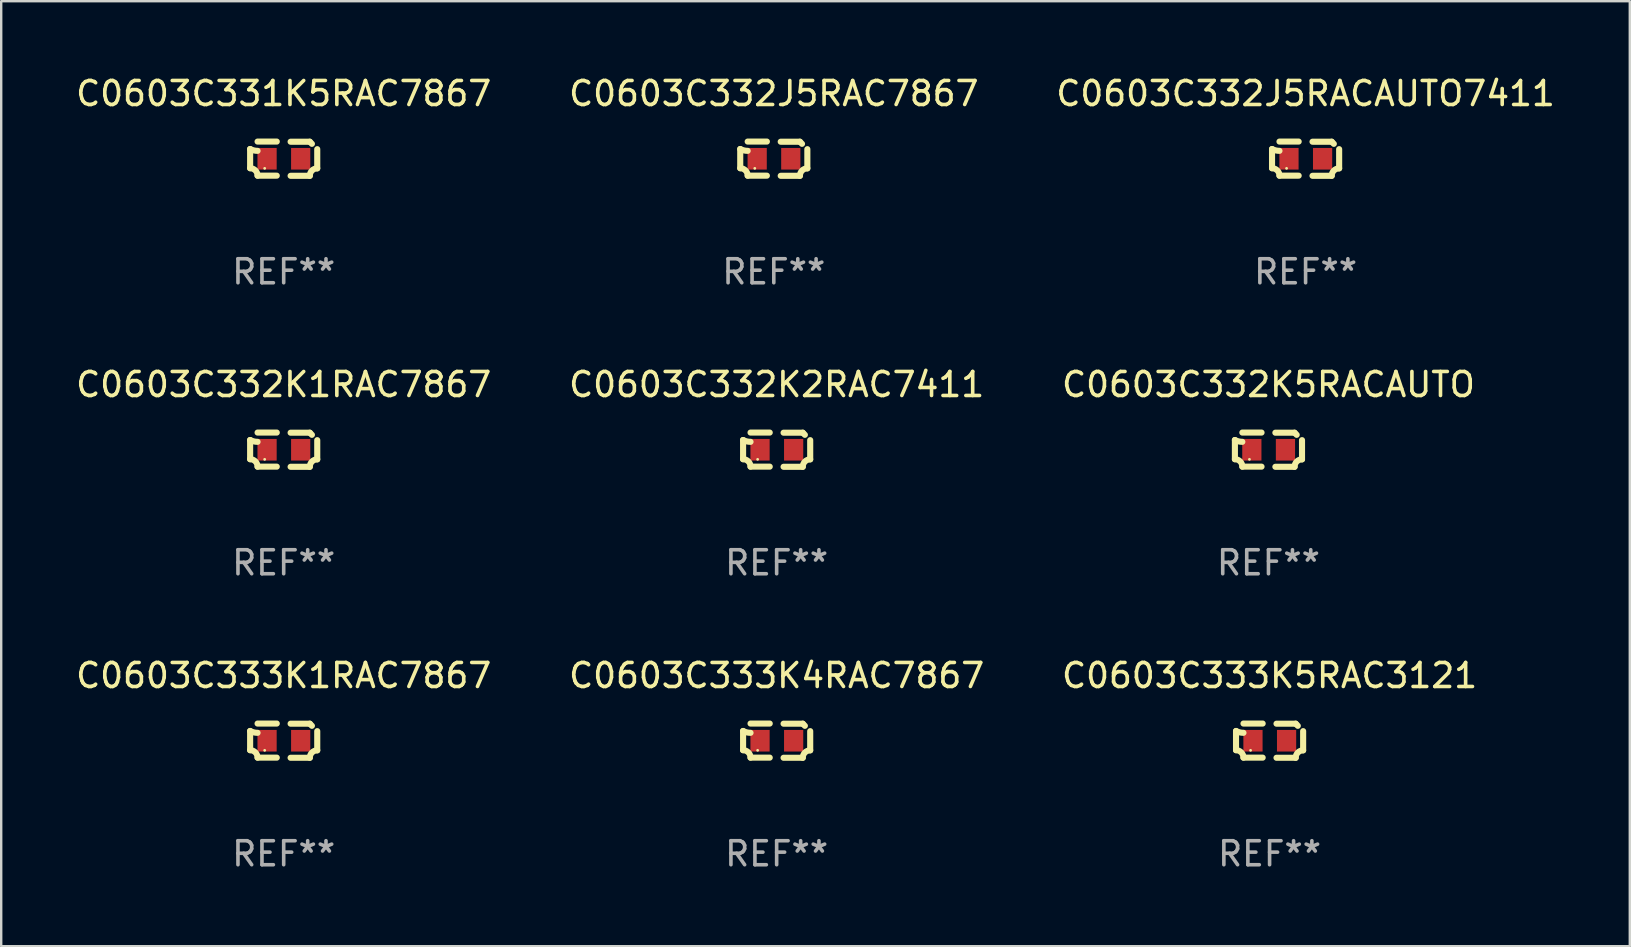
<source format=kicad_pcb>
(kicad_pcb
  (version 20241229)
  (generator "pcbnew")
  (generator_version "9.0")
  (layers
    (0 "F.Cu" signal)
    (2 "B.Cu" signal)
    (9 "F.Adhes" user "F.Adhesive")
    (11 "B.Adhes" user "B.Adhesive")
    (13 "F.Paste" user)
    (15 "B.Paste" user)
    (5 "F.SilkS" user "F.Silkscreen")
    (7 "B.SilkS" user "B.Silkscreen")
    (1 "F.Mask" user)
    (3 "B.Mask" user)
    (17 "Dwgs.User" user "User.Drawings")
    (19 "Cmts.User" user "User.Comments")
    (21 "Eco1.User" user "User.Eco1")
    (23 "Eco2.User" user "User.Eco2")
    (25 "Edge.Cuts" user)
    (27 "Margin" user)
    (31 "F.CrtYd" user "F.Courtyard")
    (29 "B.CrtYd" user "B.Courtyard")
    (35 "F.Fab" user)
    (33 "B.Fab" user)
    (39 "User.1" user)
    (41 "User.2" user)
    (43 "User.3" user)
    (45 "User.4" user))
  (footprint "C0603C332J5RACAUTO7411"
    (layer "F.Cu")
    (at 51.339 3.561)
    (property "Reference" "C0603C332J5RACAUTO7411" (at 0 -2.713 0) (layer "F.SilkS") (effects (font (size 1 1) (thickness 0.15))))
    (attr through_hole)
    (fp_line (start -1.398 -0.403) (end -1.398 0.397) (stroke (width 0.254) (type solid)) (layer "F.SilkS"))
    (fp_line (start -0.288 -0.713) (end -1.088 -0.713) (stroke (width 0.254) (type solid)) (layer "F.SilkS"))
    (fp_line (start -0.288 0.707) (end -1.088 0.707) (stroke (width 0.254) (type solid)) (layer "F.SilkS"))
    (fp_line (start 0.288 -0.707) (end 1.088 -0.707) (stroke (width 0.254) (type solid)) (layer "F.SilkS"))
    (fp_line (start 0.288 0.713) (end 1.088 0.713) (stroke (width 0.254) (type solid)) (layer "F.SilkS"))
    (fp_line (start 1.398 -0.397) (end 1.398 0.403) (stroke (width 0.254) (type solid)) (layer "F.SilkS"))
    (fp_arc (start -1.397789 0.397066) (mid -1.178701 0.487826) (end -1.08796 0.706922) (stroke (width 0.254001) (type solid)) (layer "F.SilkS"))
    (fp_arc (start -1.08796 -0.327176) (mid -1.247436 -0.346384) (end -1.39779 -0.402908) (stroke (width 0.254001) (type solid)) (layer "F.SilkS"))
    (fp_arc (start 1.087909 0.712738) (mid 1.178656 0.493655) (end 1.397739 0.402908) (stroke (width 0.254001) (type solid)) (layer "F.SilkS"))
    (fp_arc (start 1.175925 -0.618926) (mid 1.131917 -0.662923) (end 1.08791 -0.706922) (stroke (width 0.254001) (type solid)) (layer "F.SilkS"))
    (fp_circle (center -0.792 0.403) (end -0.762 0.403) (stroke (width 0.06) (type solid)) (fill no) (layer "F.SilkS"))
    (fp_text user "REF**" (at 0 4.713 0) (layer "F.Fab") (effects (font (size 1 1) (thickness 0.15))))
    (pad "1" smd rect (at -0.692 0.003) (size 0.8 0.9) (layers "F.Cu" "F.Mask" "F.Paste"))
    (pad "2" smd rect (at 0.708 0.003) (size 0.8 0.9) (layers "F.Cu" "F.Mask" "F.Paste")))
  (footprint "C0603C333K5RAC3121"
    (layer "F.Cu")
    (at 49.839 27.805)
    (property "Reference" "C0603C333K5RAC3121" (at 0 -2.713 0) (layer "F.SilkS") (effects (font (size 1 1) (thickness 0.15))))
    (attr through_hole)
    (fp_line (start -1.398 -0.403) (end -1.398 0.397) (stroke (width 0.254) (type solid)) (layer "F.SilkS"))
    (fp_line (start -0.288 -0.713) (end -1.088 -0.713) (stroke (width 0.254) (type solid)) (layer "F.SilkS"))
    (fp_line (start -0.288 0.707) (end -1.088 0.707) (stroke (width 0.254) (type solid)) (layer "F.SilkS"))
    (fp_line (start 0.288 -0.707) (end 1.088 -0.707) (stroke (width 0.254) (type solid)) (layer "F.SilkS"))
    (fp_line (start 0.288 0.713) (end 1.088 0.713) (stroke (width 0.254) (type solid)) (layer "F.SilkS"))
    (fp_line (start 1.398 -0.397) (end 1.398 0.403) (stroke (width 0.254) (type solid)) (layer "F.SilkS"))
    (fp_arc (start -1.397789 0.397066) (mid -1.178701 0.487826) (end -1.08796 0.706922) (stroke (width 0.254001) (type solid)) (layer "F.SilkS"))
    (fp_arc (start -1.08796 -0.327176) (mid -1.247436 -0.346384) (end -1.39779 -0.402908) (stroke (width 0.254001) (type solid)) (layer "F.SilkS"))
    (fp_arc (start 1.087909 0.712738) (mid 1.178656 0.493655) (end 1.397739 0.402908) (stroke (width 0.254001) (type solid)) (layer "F.SilkS"))
    (fp_arc (start 1.175925 -0.618926) (mid 1.131917 -0.662923) (end 1.08791 -0.706922) (stroke (width 0.254001) (type solid)) (layer "F.SilkS"))
    (fp_circle (center -0.792 0.403) (end -0.762 0.403) (stroke (width 0.06) (type solid)) (fill no) (layer "F.SilkS"))
    (fp_text user "REF**" (at 0 4.713 0) (layer "F.Fab") (effects (font (size 1 1) (thickness 0.15))))
    (pad "1" smd rect (at -0.692 0.003) (size 0.8 0.9) (layers "F.Cu" "F.Mask" "F.Paste"))
    (pad "2" smd rect (at 0.708 0.003) (size 0.8 0.9) (layers "F.Cu" "F.Mask" "F.Paste")))
  (footprint "C0603C333K1RAC7867"
    (layer "F.Cu")
    (at 8.768 27.805)
    (property "Reference" "C0603C333K1RAC7867" (at 0 -2.713 0) (layer "F.SilkS") (effects (font (size 1 1) (thickness 0.15))))
    (attr through_hole)
    (fp_line (start -1.398 -0.403) (end -1.398 0.397) (stroke (width 0.254) (type solid)) (layer "F.SilkS"))
    (fp_line (start -0.288 -0.713) (end -1.088 -0.713) (stroke (width 0.254) (type solid)) (layer "F.SilkS"))
    (fp_line (start -0.288 0.707) (end -1.088 0.707) (stroke (width 0.254) (type solid)) (layer "F.SilkS"))
    (fp_line (start 0.288 -0.707) (end 1.088 -0.707) (stroke (width 0.254) (type solid)) (layer "F.SilkS"))
    (fp_line (start 0.288 0.713) (end 1.088 0.713) (stroke (width 0.254) (type solid)) (layer "F.SilkS"))
    (fp_line (start 1.398 -0.397) (end 1.398 0.403) (stroke (width 0.254) (type solid)) (layer "F.SilkS"))
    (fp_arc (start -1.397789 0.397066) (mid -1.178701 0.487826) (end -1.08796 0.706922) (stroke (width 0.254001) (type solid)) (layer "F.SilkS"))
    (fp_arc (start -1.08796 -0.327176) (mid -1.247436 -0.346384) (end -1.39779 -0.402908) (stroke (width 0.254001) (type solid)) (layer "F.SilkS"))
    (fp_arc (start 1.087909 0.712738) (mid 1.178656 0.493655) (end 1.397739 0.402908) (stroke (width 0.254001) (type solid)) (layer "F.SilkS"))
    (fp_arc (start 1.175925 -0.618926) (mid 1.131917 -0.662923) (end 1.08791 -0.706922) (stroke (width 0.254001) (type solid)) (layer "F.SilkS"))
    (fp_circle (center -0.792 0.403) (end -0.762 0.403) (stroke (width 0.06) (type solid)) (fill no) (layer "F.SilkS"))
    (fp_text user "REF**" (at 0 4.713 0) (layer "F.Fab") (effects (font (size 1 1) (thickness 0.15))))
    (pad "1" smd rect (at -0.692 0.003) (size 0.8 0.9) (layers "F.Cu" "F.Mask" "F.Paste"))
    (pad "2" smd rect (at 0.708 0.003) (size 0.8 0.9) (layers "F.Cu" "F.Mask" "F.Paste")))
  (footprint "C0603C332K5RACAUTO"
    (layer "F.Cu")
    (at 49.792 15.683)
    (property "Reference" "C0603C332K5RACAUTO" (at 0 -2.713 0) (layer "F.SilkS") (effects (font (size 1 1) (thickness 0.15))))
    (attr through_hole)
    (fp_line (start -1.398 -0.403) (end -1.398 0.397) (stroke (width 0.254) (type solid)) (layer "F.SilkS"))
    (fp_line (start -0.288 -0.713) (end -1.088 -0.713) (stroke (width 0.254) (type solid)) (layer "F.SilkS"))
    (fp_line (start -0.288 0.707) (end -1.088 0.707) (stroke (width 0.254) (type solid)) (layer "F.SilkS"))
    (fp_line (start 0.288 -0.707) (end 1.088 -0.707) (stroke (width 0.254) (type solid)) (layer "F.SilkS"))
    (fp_line (start 0.288 0.713) (end 1.088 0.713) (stroke (width 0.254) (type solid)) (layer "F.SilkS"))
    (fp_line (start 1.398 -0.397) (end 1.398 0.403) (stroke (width 0.254) (type solid)) (layer "F.SilkS"))
    (fp_arc (start -1.397789 0.397066) (mid -1.178701 0.487826) (end -1.08796 0.706922) (stroke (width 0.254001) (type solid)) (layer "F.SilkS"))
    (fp_arc (start -1.08796 -0.327176) (mid -1.247436 -0.346384) (end -1.39779 -0.402908) (stroke (width 0.254001) (type solid)) (layer "F.SilkS"))
    (fp_arc (start 1.087909 0.712738) (mid 1.178656 0.493655) (end 1.397739 0.402908) (stroke (width 0.254001) (type solid)) (layer "F.SilkS"))
    (fp_arc (start 1.175925 -0.618926) (mid 1.131917 -0.662923) (end 1.08791 -0.706922) (stroke (width 0.254001) (type solid)) (layer "F.SilkS"))
    (fp_circle (center -0.792 0.403) (end -0.762 0.403) (stroke (width 0.06) (type solid)) (fill no) (layer "F.SilkS"))
    (fp_text user "REF**" (at 0 4.713 0) (layer "F.Fab") (effects (font (size 1 1) (thickness 0.15))))
    (pad "1" smd rect (at -0.692 0.003) (size 0.8 0.9) (layers "F.Cu" "F.Mask" "F.Paste"))
    (pad "2" smd rect (at 0.708 0.003) (size 0.8 0.9) (layers "F.Cu" "F.Mask" "F.Paste")))
  (footprint "C0603C332K1RAC7867"
    (layer "F.Cu")
    (at 8.768 15.683)
    (property "Reference" "C0603C332K1RAC7867" (at 0 -2.713 0) (layer "F.SilkS") (effects (font (size 1 1) (thickness 0.15))))
    (attr through_hole)
    (fp_line (start -1.398 -0.403) (end -1.398 0.397) (stroke (width 0.254) (type solid)) (layer "F.SilkS"))
    (fp_line (start -0.288 -0.713) (end -1.088 -0.713) (stroke (width 0.254) (type solid)) (layer "F.SilkS"))
    (fp_line (start -0.288 0.707) (end -1.088 0.707) (stroke (width 0.254) (type solid)) (layer "F.SilkS"))
    (fp_line (start 0.288 -0.707) (end 1.088 -0.707) (stroke (width 0.254) (type solid)) (layer "F.SilkS"))
    (fp_line (start 0.288 0.713) (end 1.088 0.713) (stroke (width 0.254) (type solid)) (layer "F.SilkS"))
    (fp_line (start 1.398 -0.397) (end 1.398 0.403) (stroke (width 0.254) (type solid)) (layer "F.SilkS"))
    (fp_arc (start -1.397789 0.397066) (mid -1.178701 0.487826) (end -1.08796 0.706922) (stroke (width 0.254001) (type solid)) (layer "F.SilkS"))
    (fp_arc (start -1.08796 -0.327176) (mid -1.247436 -0.346384) (end -1.39779 -0.402908) (stroke (width 0.254001) (type solid)) (layer "F.SilkS"))
    (fp_arc (start 1.087909 0.712738) (mid 1.178656 0.493655) (end 1.397739 0.402908) (stroke (width 0.254001) (type solid)) (layer "F.SilkS"))
    (fp_arc (start 1.175925 -0.618926) (mid 1.131917 -0.662923) (end 1.08791 -0.706922) (stroke (width 0.254001) (type solid)) (layer "F.SilkS"))
    (fp_circle (center -0.792 0.403) (end -0.762 0.403) (stroke (width 0.06) (type solid)) (fill no) (layer "F.SilkS"))
    (fp_text user "REF**" (at 0 4.713 0) (layer "F.Fab") (effects (font (size 1 1) (thickness 0.15))))
    (pad "1" smd rect (at -0.692 0.003) (size 0.8 0.9) (layers "F.Cu" "F.Mask" "F.Paste"))
    (pad "2" smd rect (at 0.708 0.003) (size 0.8 0.9) (layers "F.Cu" "F.Mask" "F.Paste")))
  (footprint "C0603C331K5RAC7867"
    (layer "F.Cu")
    (at 8.768 3.561)
    (property "Reference" "C0603C331K5RAC7867" (at 0 -2.713 0) (layer "F.SilkS") (effects (font (size 1 1) (thickness 0.15))))
    (attr through_hole)
    (fp_line (start -1.398 -0.403) (end -1.398 0.397) (stroke (width 0.254) (type solid)) (layer "F.SilkS"))
    (fp_line (start -0.288 -0.713) (end -1.088 -0.713) (stroke (width 0.254) (type solid)) (layer "F.SilkS"))
    (fp_line (start -0.288 0.707) (end -1.088 0.707) (stroke (width 0.254) (type solid)) (layer "F.SilkS"))
    (fp_line (start 0.288 -0.707) (end 1.088 -0.707) (stroke (width 0.254) (type solid)) (layer "F.SilkS"))
    (fp_line (start 0.288 0.713) (end 1.088 0.713) (stroke (width 0.254) (type solid)) (layer "F.SilkS"))
    (fp_line (start 1.398 -0.397) (end 1.398 0.403) (stroke (width 0.254) (type solid)) (layer "F.SilkS"))
    (fp_arc (start -1.397789 0.397066) (mid -1.178701 0.487826) (end -1.08796 0.706922) (stroke (width 0.254001) (type solid)) (layer "F.SilkS"))
    (fp_arc (start -1.08796 -0.327176) (mid -1.247436 -0.346384) (end -1.39779 -0.402908) (stroke (width 0.254001) (type solid)) (layer "F.SilkS"))
    (fp_arc (start 1.087909 0.712738) (mid 1.178656 0.493655) (end 1.397739 0.402908) (stroke (width 0.254001) (type solid)) (layer "F.SilkS"))
    (fp_arc (start 1.175925 -0.618926) (mid 1.131917 -0.662923) (end 1.08791 -0.706922) (stroke (width 0.254001) (type solid)) (layer "F.SilkS"))
    (fp_circle (center -0.792 0.403) (end -0.762 0.403) (stroke (width 0.06) (type solid)) (fill no) (layer "F.SilkS"))
    (fp_text user "REF**" (at 0 4.713 0) (layer "F.Fab") (effects (font (size 1 1) (thickness 0.15))))
    (pad "1" smd rect (at -0.692 0.003) (size 0.8 0.9) (layers "F.Cu" "F.Mask" "F.Paste"))
    (pad "2" smd rect (at 0.708 0.003) (size 0.8 0.9) (layers "F.Cu" "F.Mask" "F.Paste")))
  (footprint "C0603C332J5RAC7867"
    (layer "F.Cu")
    (at 29.185 3.561)
    (property "Reference" "C0603C332J5RAC7867" (at 0 -2.713 0) (layer "F.SilkS") (effects (font (size 1 1) (thickness 0.15))))
    (attr through_hole)
    (fp_line (start -1.398 -0.403) (end -1.398 0.397) (stroke (width 0.254) (type solid)) (layer "F.SilkS"))
    (fp_line (start -0.288 -0.713) (end -1.088 -0.713) (stroke (width 0.254) (type solid)) (layer "F.SilkS"))
    (fp_line (start -0.288 0.707) (end -1.088 0.707) (stroke (width 0.254) (type solid)) (layer "F.SilkS"))
    (fp_line (start 0.288 -0.707) (end 1.088 -0.707) (stroke (width 0.254) (type solid)) (layer "F.SilkS"))
    (fp_line (start 0.288 0.713) (end 1.088 0.713) (stroke (width 0.254) (type solid)) (layer "F.SilkS"))
    (fp_line (start 1.398 -0.397) (end 1.398 0.403) (stroke (width 0.254) (type solid)) (layer "F.SilkS"))
    (fp_arc (start -1.397789 0.397066) (mid -1.178701 0.487826) (end -1.08796 0.706922) (stroke (width 0.254001) (type solid)) (layer "F.SilkS"))
    (fp_arc (start -1.08796 -0.327176) (mid -1.247436 -0.346384) (end -1.39779 -0.402908) (stroke (width 0.254001) (type solid)) (layer "F.SilkS"))
    (fp_arc (start 1.087909 0.712738) (mid 1.178656 0.493655) (end 1.397739 0.402908) (stroke (width 0.254001) (type solid)) (layer "F.SilkS"))
    (fp_arc (start 1.175925 -0.618926) (mid 1.131917 -0.662923) (end 1.08791 -0.706922) (stroke (width 0.254001) (type solid)) (layer "F.SilkS"))
    (fp_circle (center -0.792 0.403) (end -0.762 0.403) (stroke (width 0.06) (type solid)) (fill no) (layer "F.SilkS"))
    (fp_text user "REF**" (at 0 4.713 0) (layer "F.Fab") (effects (font (size 1 1) (thickness 0.15))))
    (pad "1" smd rect (at -0.692 0.003) (size 0.8 0.9) (layers "F.Cu" "F.Mask" "F.Paste"))
    (pad "2" smd rect (at 0.708 0.003) (size 0.8 0.9) (layers "F.Cu" "F.Mask" "F.Paste")))
  (footprint "C0603C333K4RAC7867"
    (layer "F.Cu")
    (at 29.304 27.805)
    (property "Reference" "C0603C333K4RAC7867" (at 0 -2.713 0) (layer "F.SilkS") (effects (font (size 1 1) (thickness 0.15))))
    (attr through_hole)
    (fp_line (start -1.398 -0.403) (end -1.398 0.397) (stroke (width 0.254) (type solid)) (layer "F.SilkS"))
    (fp_line (start -0.288 -0.713) (end -1.088 -0.713) (stroke (width 0.254) (type solid)) (layer "F.SilkS"))
    (fp_line (start -0.288 0.707) (end -1.088 0.707) (stroke (width 0.254) (type solid)) (layer "F.SilkS"))
    (fp_line (start 0.288 -0.707) (end 1.088 -0.707) (stroke (width 0.254) (type solid)) (layer "F.SilkS"))
    (fp_line (start 0.288 0.713) (end 1.088 0.713) (stroke (width 0.254) (type solid)) (layer "F.SilkS"))
    (fp_line (start 1.398 -0.397) (end 1.398 0.403) (stroke (width 0.254) (type solid)) (layer "F.SilkS"))
    (fp_arc (start -1.397789 0.397066) (mid -1.178701 0.487826) (end -1.08796 0.706922) (stroke (width 0.254001) (type solid)) (layer "F.SilkS"))
    (fp_arc (start -1.08796 -0.327176) (mid -1.247436 -0.346384) (end -1.39779 -0.402908) (stroke (width 0.254001) (type solid)) (layer "F.SilkS"))
    (fp_arc (start 1.087909 0.712738) (mid 1.178656 0.493655) (end 1.397739 0.402908) (stroke (width 0.254001) (type solid)) (layer "F.SilkS"))
    (fp_arc (start 1.175925 -0.618926) (mid 1.131917 -0.662923) (end 1.08791 -0.706922) (stroke (width 0.254001) (type solid)) (layer "F.SilkS"))
    (fp_circle (center -0.792 0.403) (end -0.762 0.403) (stroke (width 0.06) (type solid)) (fill no) (layer "F.SilkS"))
    (fp_text user "REF**" (at 0 4.713 0) (layer "F.Fab") (effects (font (size 1 1) (thickness 0.15))))
    (pad "1" smd rect (at -0.692 0.003) (size 0.8 0.9) (layers "F.Cu" "F.Mask" "F.Paste"))
    (pad "2" smd rect (at 0.708 0.003) (size 0.8 0.9) (layers "F.Cu" "F.Mask" "F.Paste")))
  (footprint "C0603C332K2RAC7411"
    (layer "F.Cu")
    (at 29.304 15.683)
    (property "Reference" "C0603C332K2RAC7411" (at 0 -2.713 0) (layer "F.SilkS") (effects (font (size 1 1) (thickness 0.15))))
    (attr through_hole)
    (fp_line (start -1.398 -0.403) (end -1.398 0.397) (stroke (width 0.254) (type solid)) (layer "F.SilkS"))
    (fp_line (start -0.288 -0.713) (end -1.088 -0.713) (stroke (width 0.254) (type solid)) (layer "F.SilkS"))
    (fp_line (start -0.288 0.707) (end -1.088 0.707) (stroke (width 0.254) (type solid)) (layer "F.SilkS"))
    (fp_line (start 0.288 -0.707) (end 1.088 -0.707) (stroke (width 0.254) (type solid)) (layer "F.SilkS"))
    (fp_line (start 0.288 0.713) (end 1.088 0.713) (stroke (width 0.254) (type solid)) (layer "F.SilkS"))
    (fp_line (start 1.398 -0.397) (end 1.398 0.403) (stroke (width 0.254) (type solid)) (layer "F.SilkS"))
    (fp_arc (start -1.397789 0.397066) (mid -1.178701 0.487826) (end -1.08796 0.706922) (stroke (width 0.254001) (type solid)) (layer "F.SilkS"))
    (fp_arc (start -1.08796 -0.327176) (mid -1.247436 -0.346384) (end -1.39779 -0.402908) (stroke (width 0.254001) (type solid)) (layer "F.SilkS"))
    (fp_arc (start 1.087909 0.712738) (mid 1.178656 0.493655) (end 1.397739 0.402908) (stroke (width 0.254001) (type solid)) (layer "F.SilkS"))
    (fp_arc (start 1.175925 -0.618926) (mid 1.131917 -0.662923) (end 1.08791 -0.706922) (stroke (width 0.254001) (type solid)) (layer "F.SilkS"))
    (fp_circle (center -0.792 0.403) (end -0.762 0.403) (stroke (width 0.06) (type solid)) (fill no) (layer "F.SilkS"))
    (fp_text user "REF**" (at 0 4.713 0) (layer "F.Fab") (effects (font (size 1 1) (thickness 0.15))))
    (pad "1" smd rect (at -0.692 0.003) (size 0.8 0.9) (layers "F.Cu" "F.Mask" "F.Paste"))
    (pad "2" smd rect (at 0.708 0.003) (size 0.8 0.9) (layers "F.Cu" "F.Mask" "F.Paste")))
  (gr_rect
    (start -3 -3)
    (end 64.845 36.366)
    (stroke (width 0.1) (type default))
    (fill no)
    (layer "Edge.Cuts")))
</source>
